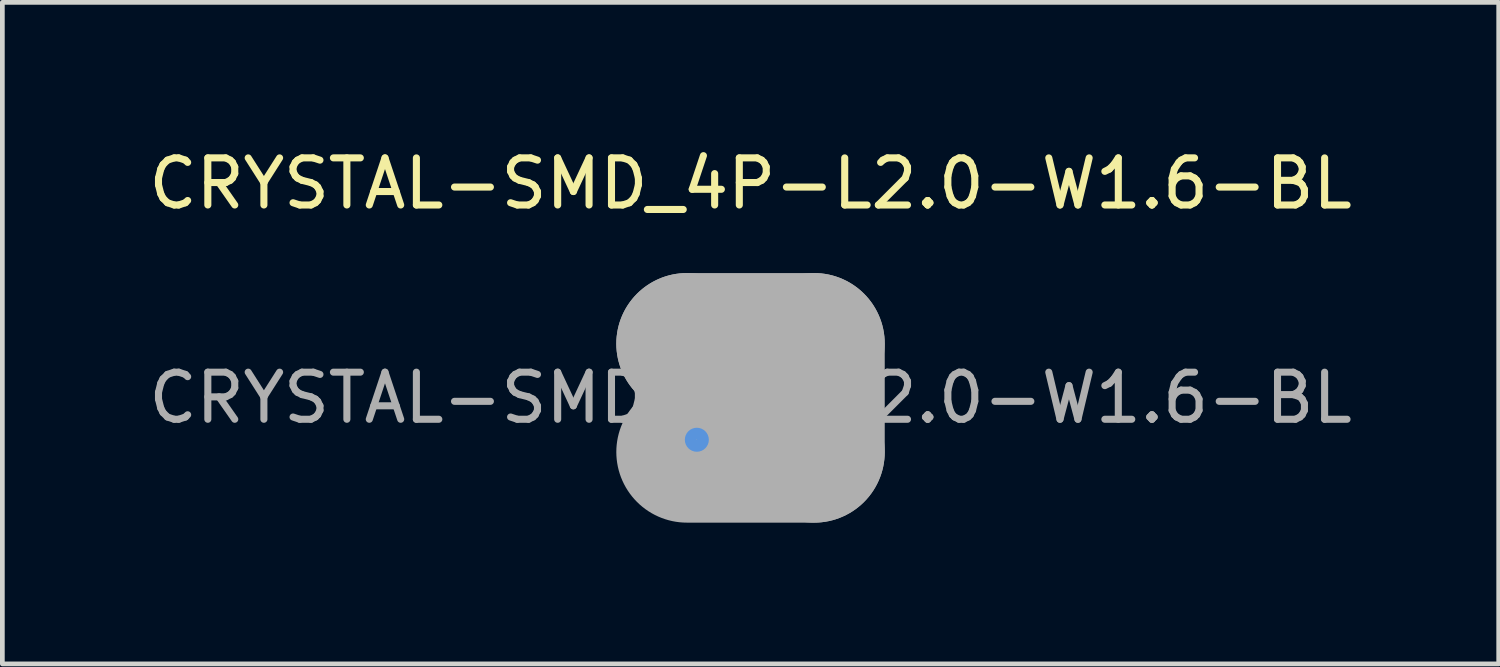
<source format=kicad_pcb>
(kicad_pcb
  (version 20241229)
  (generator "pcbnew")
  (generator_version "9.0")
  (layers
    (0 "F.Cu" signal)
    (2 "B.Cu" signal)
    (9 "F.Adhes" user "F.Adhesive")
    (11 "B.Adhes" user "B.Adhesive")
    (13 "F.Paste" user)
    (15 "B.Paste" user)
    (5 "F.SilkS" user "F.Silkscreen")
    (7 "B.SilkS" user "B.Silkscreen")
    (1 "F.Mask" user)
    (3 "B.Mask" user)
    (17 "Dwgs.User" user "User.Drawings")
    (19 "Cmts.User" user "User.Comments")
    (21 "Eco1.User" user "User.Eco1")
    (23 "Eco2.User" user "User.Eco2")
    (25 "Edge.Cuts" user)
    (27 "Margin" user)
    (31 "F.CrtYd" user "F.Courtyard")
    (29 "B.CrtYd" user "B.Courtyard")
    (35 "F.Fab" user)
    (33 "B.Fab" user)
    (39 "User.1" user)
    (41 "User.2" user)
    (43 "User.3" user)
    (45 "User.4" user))
  (footprint "CRYSTAL-SMD_4P-L2.0-W1.6-BL"
    (layer "F.Cu")
    (at 12.887 5.398)
    (property "Reference" "CRYSTAL-SMD_4P-L2.0-W1.6-BL" (at 0 -4.55 0) (layer "F.SilkS") (effects (font (size 1 1) (thickness 0.15))))
    (attr smd)
    (fp_line (start -1.65 0.15) (end -1.65 1.45) (stroke (width 0.15) (type solid)) (layer "F.SilkS"))
    (fp_line (start -1.65 1.45) (end -0.25 1.45) (stroke (width 0.15) (type solid)) (layer "F.SilkS"))
    (fp_circle (center -1.14 0.89) (end -1.01 0.89) (stroke (width 0.25) (type solid)) (fill no) (layer "Cmts.User"))
    (fp_line (start -1.35 -1.15) (end -1.35 -1.15) (stroke (width 3) (type solid)) (layer "F.Fab"))
    (fp_line (start -1.35 -1.15) (end 1.35 -1.15) (stroke (width 3) (type solid)) (layer "F.Fab"))
    (fp_line (start 1.35 -1.15) (end 1.35 1.15) (stroke (width 3) (type solid)) (layer "F.Fab"))
    (fp_line (start 1.35 1.15) (end -1.35 1.15) (stroke (width 3) (type solid)) (layer "F.Fab"))
    (fp_circle (center -1 0.8) (end -0.97 0.8) (stroke (width 0.06) (type solid)) (fill no) (layer "F.Fab"))
    (fp_text user "${REFERENCE}" (at 0 0 0) (layer "F.Fab") (effects (font (size 1 1) (thickness 0.15))))
    (pad "1" smd rect (at -0.7 0.55) (size 0.9 0.8) (layers "F.Cu" "F.Mask" "F.Paste"))
    (pad "2" smd rect (at 0.7 0.55) (size 0.9 0.8) (layers "F.Cu" "F.Mask" "F.Paste"))
    (pad "3" smd rect (at 0.7 -0.55) (size 0.9 0.8) (layers "F.Cu" "F.Mask" "F.Paste"))
    (pad "4" smd rect (at -0.7 -0.55) (size 0.9 0.8) (layers "F.Cu" "F.Mask" "F.Paste")))
  (gr_rect
    (start -3 -3)
    (end 28.774 11.048)
    (stroke (width 0.1) (type default))
    (fill no)
    (layer "Edge.Cuts")))
</source>
